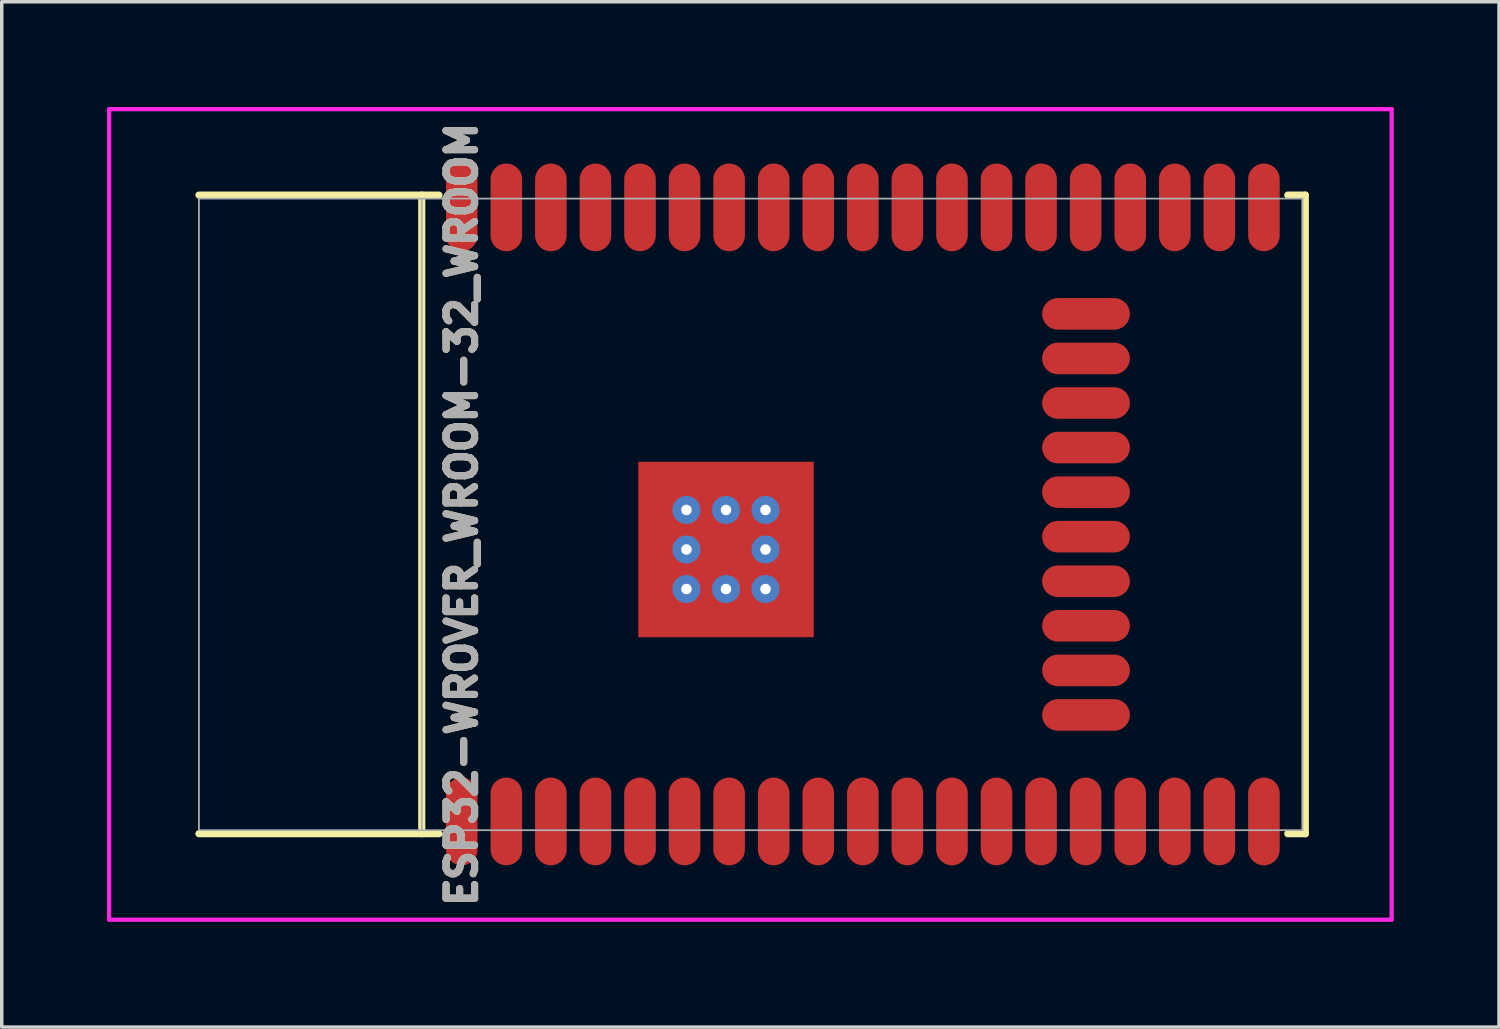
<source format=kicad_pcb>
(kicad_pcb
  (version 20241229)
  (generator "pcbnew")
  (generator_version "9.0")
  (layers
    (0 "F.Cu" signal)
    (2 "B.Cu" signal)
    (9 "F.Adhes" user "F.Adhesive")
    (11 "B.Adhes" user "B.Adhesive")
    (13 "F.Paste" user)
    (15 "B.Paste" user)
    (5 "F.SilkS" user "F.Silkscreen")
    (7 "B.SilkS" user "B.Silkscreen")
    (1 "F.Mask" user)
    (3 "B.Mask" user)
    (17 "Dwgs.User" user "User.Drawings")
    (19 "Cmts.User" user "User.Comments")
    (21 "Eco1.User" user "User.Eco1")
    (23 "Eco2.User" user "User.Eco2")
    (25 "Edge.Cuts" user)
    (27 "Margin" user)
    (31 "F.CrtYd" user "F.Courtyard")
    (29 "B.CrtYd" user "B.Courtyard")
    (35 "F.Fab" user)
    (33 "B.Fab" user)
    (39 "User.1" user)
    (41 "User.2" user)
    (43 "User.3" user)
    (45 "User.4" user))
  (footprint "ESP32-WROVER_WROOM-32_WROOM"
    (layer "F.Cu")
    (at 15.38 11.61)
    (property "Reference" "ESP32-WROVER_WROOM-32_WROOM" (at -5.271 0 90) (layer "F.Fab") (effects (font (size 0.813 0.813) (thickness 0.203))))
    (attr smd)
    (fp_line (start -6.41 9.1) (end -6.41 -9.1) (stroke (width 0.203) (type solid)) (layer "F.SilkS"))
    (fp_line (start -5.92 -9.1) (end -12.761 -9.1) (stroke (width 0.203) (type solid)) (layer "F.SilkS"))
    (fp_line (start -5.92 9.1) (end -12.761 9.1) (stroke (width 0.203) (type solid)) (layer "F.SilkS"))
    (fp_line (start 18.77 -9.1) (end 18.27 -9.1) (stroke (width 0.203) (type solid)) (layer "F.SilkS"))
    (fp_line (start 18.77 -9.1) (end 18.77 9.1) (stroke (width 0.203) (type solid)) (layer "F.SilkS"))
    (fp_line (start 18.77 9.1) (end 18.27 9.1) (stroke (width 0.203) (type solid)) (layer "F.SilkS"))
    (fp_line (start -15.32 -11.55) (end 21.23 -11.55) (stroke (width 0.12) (type solid)) (layer "F.CrtYd"))
    (fp_line (start -15.32 11.55) (end -15.32 -11.55) (stroke (width 0.12) (type solid)) (layer "F.CrtYd"))
    (fp_line (start 21.23 -11.55) (end 21.23 11.55) (stroke (width 0.12) (type solid)) (layer "F.CrtYd"))
    (fp_line (start 21.23 11.55) (end -15.32 11.55) (stroke (width 0.12) (type solid)) (layer "F.CrtYd"))
    (fp_line (start -12.761 -9) (end -12.761 9) (stroke (width 0.05) (type solid)) (layer "F.Fab"))
    (fp_line (start -12.761 9) (end 18.689 9) (stroke (width 0.05) (type solid)) (layer "F.Fab"))
    (fp_line (start -6.41 9) (end -6.41 -9) (stroke (width 0.05) (type solid)) (layer "F.Fab"))
    (fp_line (start 18.689 -9) (end -12.761 -9) (stroke (width 0.05) (type solid)) (layer "F.Fab"))
    (fp_line (start 18.689 9) (end 18.689 -9) (stroke (width 0.05) (type solid)) (layer "F.Fab"))
    (fp_text user "${REFERENCE}" (at -5.271 0 90) (layer "F.SilkS") (effects (font (size 0.813 0.813) (thickness 0.203))))
    (pad "1" smd oval (at -5.271 8.75 90) (size 2.5 0.9) (layers "F.Cu" "F.Mask" "F.Paste"))
    (pad "2" smd oval (at -4 8.75 90) (size 2.5 0.9) (layers "F.Cu" "F.Mask" "F.Paste"))
    (pad "3" smd oval (at -2.731 8.75 90) (size 2.5 0.9) (layers "F.Cu" "F.Mask" "F.Paste"))
    (pad "4" smd oval (at -1.46 8.75 90) (size 2.5 0.9) (layers "F.Cu" "F.Mask" "F.Paste"))
    (pad "5" smd oval (at -0.191 8.75 90) (size 2.5 0.9) (layers "F.Cu" "F.Mask" "F.Paste"))
    (pad "6" smd oval (at 1.079 8.75 90) (size 2.5 0.9) (layers "F.Cu" "F.Mask" "F.Paste"))
    (pad "7" smd oval (at 2.349 8.75 90) (size 2.5 0.9) (layers "F.Cu" "F.Mask" "F.Paste"))
    (pad "8" smd oval (at 3.619 8.75 90) (size 2.5 0.9) (layers "F.Cu" "F.Mask" "F.Paste"))
    (pad "9" smd oval (at 4.889 8.75 90) (size 2.5 0.9) (layers "F.Cu" "F.Mask" "F.Paste"))
    (pad "10" smd oval (at 6.16 8.75 90) (size 2.5 0.9) (layers "F.Cu" "F.Mask" "F.Paste"))
    (pad "11" smd oval (at 7.429 8.75 90) (size 2.5 0.9) (layers "F.Cu" "F.Mask" "F.Paste"))
    (pad "12" smd oval (at 8.7 8.75 90) (size 2.5 0.9) (layers "F.Cu" "F.Mask" "F.Paste"))
    (pad "13" smd oval (at 9.97 8.75 90) (size 2.5 0.9) (layers "F.Cu" "F.Mask" "F.Paste"))
    (pad "14" smd oval (at 11.239 8.75 90) (size 2.5 0.9) (layers "F.Cu" "F.Mask" "F.Paste"))
    (pad "15" smd oval (at 12.509 8.75 90) (size 2.5 0.9) (layers "F.Cu" "F.Mask"))
    (pad "15" smd oval (at 12.52 5.715 180) (size 2.5 0.9) (layers "F.Cu" "F.Mask" "F.Paste"))
    (pad "16" smd oval (at 12.52 4.445 180) (size 2.5 0.9) (layers "F.Cu" "F.Mask" "F.Paste"))
    (pad "16" smd oval (at 13.78 8.75 90) (size 2.5 0.9) (layers "F.Cu" "F.Mask"))
    (pad "17" smd oval (at 12.52 3.175 180) (size 2.5 0.9) (layers "F.Cu" "F.Mask" "F.Paste"))
    (pad "17" smd oval (at 15.05 8.75 90) (size 2.5 0.9) (layers "F.Cu" "F.Mask"))
    (pad "18" smd oval (at 12.52 1.905 180) (size 2.5 0.9) (layers "F.Cu" "F.Mask" "F.Paste"))
    (pad "18" smd oval (at 16.32 8.75 90) (size 2.5 0.9) (layers "F.Cu" "F.Mask"))
    (pad "19" smd oval (at 12.52 0.635 180) (size 2.5 0.9) (layers "F.Cu" "F.Mask" "F.Paste"))
    (pad "19" smd oval (at 17.59 8.75 90) (size 2.5 0.9) (layers "F.Cu" "F.Mask"))
    (pad "20" smd oval (at 12.52 -0.635 180) (size 2.5 0.9) (layers "F.Cu" "F.Mask" "F.Paste"))
    (pad "20" smd oval (at 17.59 -8.75 90) (size 2.5 0.9) (layers "F.Cu" "F.Mask"))
    (pad "21" smd oval (at 12.52 -1.905 180) (size 2.5 0.9) (layers "F.Cu" "F.Mask" "F.Paste"))
    (pad "21" smd oval (at 16.32 -8.75 90) (size 2.5 0.9) (layers "F.Cu" "F.Mask"))
    (pad "22" smd oval (at 12.52 -3.175 180) (size 2.5 0.9) (layers "F.Cu" "F.Mask" "F.Paste"))
    (pad "22" smd oval (at 15.05 -8.75 90) (size 2.5 0.9) (layers "F.Cu" "F.Mask"))
    (pad "23" smd oval (at 12.52 -4.445 180) (size 2.5 0.9) (layers "F.Cu" "F.Mask" "F.Paste"))
    (pad "23" smd oval (at 13.78 -8.75 90) (size 2.5 0.9) (layers "F.Cu" "F.Mask"))
    (pad "24" smd oval (at 12.509 -8.75 90) (size 2.5 0.9) (layers "F.Cu" "F.Mask"))
    (pad "24" smd oval (at 12.52 -5.715 180) (size 2.5 0.9) (layers "F.Cu" "F.Mask" "F.Paste"))
    (pad "25" smd oval (at 11.239 -8.75 90) (size 2.5 0.9) (layers "F.Cu" "F.Mask" "F.Paste"))
    (pad "26" smd oval (at 9.97 -8.75 90) (size 2.5 0.9) (layers "F.Cu" "F.Mask" "F.Paste"))
    (pad "27" smd oval (at 8.7 -8.75 90) (size 2.5 0.9) (layers "F.Cu" "F.Mask" "F.Paste"))
    (pad "28" smd oval (at 7.429 -8.75 90) (size 2.5 0.9) (layers "F.Cu" "F.Mask" "F.Paste"))
    (pad "29" smd oval (at 6.16 -8.75 90) (size 2.5 0.9) (layers "F.Cu" "F.Mask" "F.Paste"))
    (pad "30" smd oval (at 4.889 -8.75 90) (size 2.5 0.9) (layers "F.Cu" "F.Mask" "F.Paste"))
    (pad "31" smd oval (at 3.619 -8.75 90) (size 2.5 0.9) (layers "F.Cu" "F.Mask" "F.Paste"))
    (pad "32" smd oval (at 2.349 -8.75 90) (size 2.5 0.9) (layers "F.Cu" "F.Mask" "F.Paste"))
    (pad "33" smd oval (at 1.079 -8.75 90) (size 2.5 0.9) (layers "F.Cu" "F.Mask" "F.Paste"))
    (pad "34" smd oval (at -0.191 -8.75 90) (size 2.5 0.9) (layers "F.Cu" "F.Mask" "F.Paste"))
    (pad "35" smd oval (at -1.46 -8.75 90) (size 2.5 0.9) (layers "F.Cu" "F.Mask" "F.Paste"))
    (pad "36" smd oval (at -2.731 -8.75 90) (size 2.5 0.9) (layers "F.Cu" "F.Mask" "F.Paste"))
    (pad "37" smd oval (at -4 -8.75 90) (size 2.5 0.9) (layers "F.Cu" "F.Mask" "F.Paste"))
    (pad "38" smd oval (at -5.271 -8.75 90) (size 2.5 0.9) (layers "F.Cu" "F.Mask" "F.Paste"))
    (pad "39" smd rect (at 0.228 1 90) (size 3 0.5) (layers "F.Cu" "F.Mask" "F.Paste"))
    (pad "39" thru_hole circle (at 1.133 -0.127 90) (size 0.8 0.8) (drill 0.3) (layers "*.Cu" "F.Mask"))
    (pad "39" thru_hole circle (at 1.133 1 90) (size 0.8 0.8) (drill 0.3) (layers "*.Cu" "F.Mask"))
    (pad "39" thru_hole circle (at 1.133 2.127 90) (size 0.8 0.8) (drill 0.3) (layers "*.Cu" "F.Mask"))
    (pad "39" smd rect (at 2.26 -1.159 90) (size 0.5 3) (layers "F.Cu" "F.Mask" "F.Paste"))
    (pad "39" thru_hole circle (at 2.26 -0.127 90) (size 0.8 0.8) (drill 0.3) (layers "*.Cu" "F.Mask"))
    (pad "39" smd rect (at 2.26 1 90) (size 1.5 1.5) (layers "F.Cu" "F.Mask" "F.Paste"))
    (pad "39" smd rect (at 2.26 1 90) (size 5 5) (layers "F.Cu" "F.Mask"))
    (pad "39" thru_hole circle (at 2.26 2.127 90) (size 0.8 0.8) (drill 0.3) (layers "*.Cu" "F.Mask"))
    (pad "39" smd rect (at 2.26 3.032 90) (size 0.5 3) (layers "F.Cu" "F.Mask" "F.Paste"))
    (pad "39" thru_hole circle (at 3.386 -0.127 90) (size 0.8 0.8) (drill 0.3) (layers "*.Cu" "F.Mask"))
    (pad "39" thru_hole circle (at 3.386 1 90) (size 0.8 0.8) (drill 0.3) (layers "*.Cu" "F.Mask"))
    (pad "39" thru_hole circle (at 3.386 2.127 90) (size 0.8 0.8) (drill 0.3) (layers "*.Cu" "F.Mask"))
    (pad "39" smd rect (at 4.292 1 90) (size 3 0.5) (layers "F.Cu" "F.Mask" "F.Paste")))
  (gr_rect
    (start -3 -3)
    (end 39.67 26.22)
    (stroke (width 0.1) (type default))
    (fill no)
    (layer "Edge.Cuts")))
</source>
